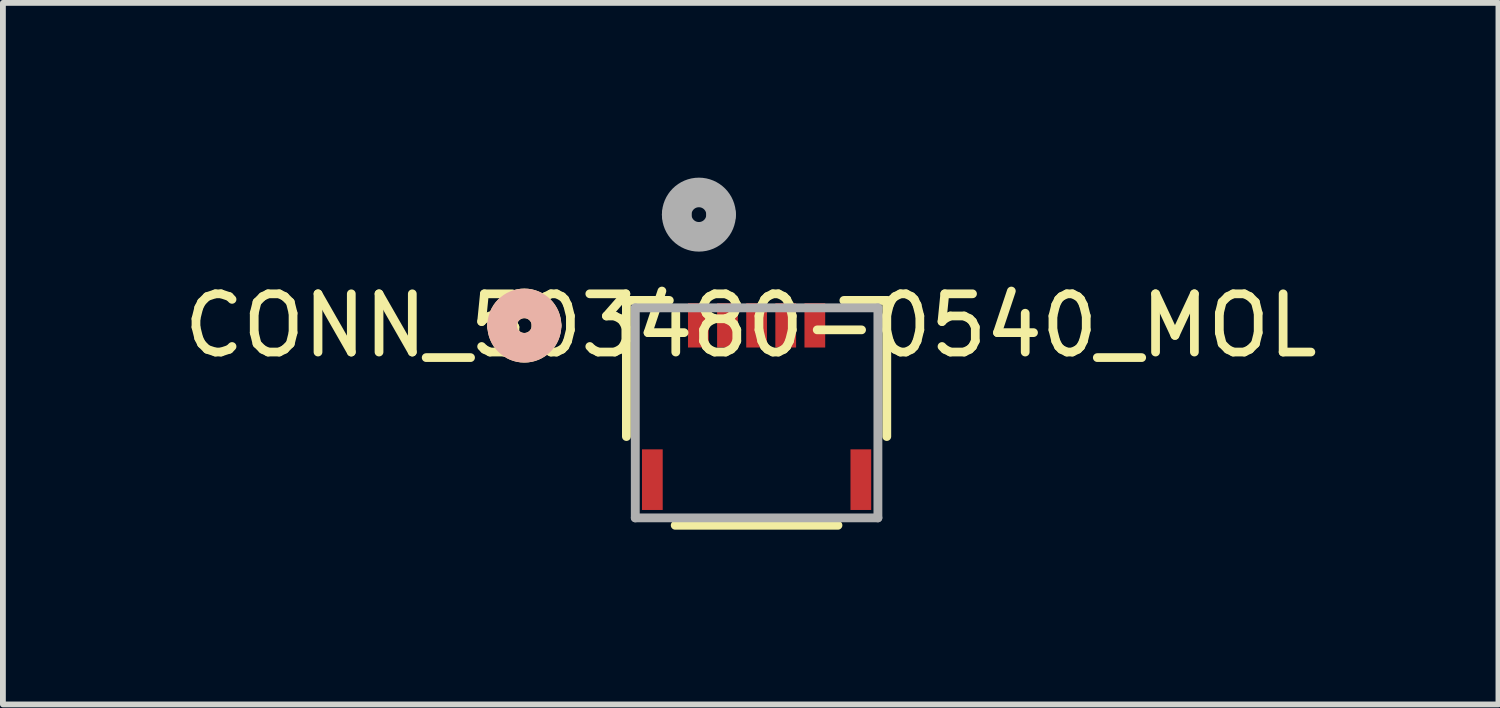
<source format=kicad_pcb>
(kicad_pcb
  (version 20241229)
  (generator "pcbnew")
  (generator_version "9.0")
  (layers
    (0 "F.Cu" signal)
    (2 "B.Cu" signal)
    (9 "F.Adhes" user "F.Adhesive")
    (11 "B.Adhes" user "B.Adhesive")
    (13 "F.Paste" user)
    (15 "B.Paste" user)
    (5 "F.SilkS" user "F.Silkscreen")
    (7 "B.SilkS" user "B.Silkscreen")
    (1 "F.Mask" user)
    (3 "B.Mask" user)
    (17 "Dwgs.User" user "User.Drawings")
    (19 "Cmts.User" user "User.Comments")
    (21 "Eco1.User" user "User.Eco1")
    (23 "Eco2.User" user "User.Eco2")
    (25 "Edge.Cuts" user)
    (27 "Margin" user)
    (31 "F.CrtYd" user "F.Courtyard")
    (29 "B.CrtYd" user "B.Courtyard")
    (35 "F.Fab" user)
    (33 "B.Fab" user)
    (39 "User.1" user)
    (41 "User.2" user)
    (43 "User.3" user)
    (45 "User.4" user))
  (footprint "CONN_503480-0540_MOL"
    (layer "F.Cu")
    (at 9.941 4.039)
    (property "Reference" "CONN_503480-0540_MOL" (at -0.102 -1.499 0) (layer "F.SilkS") (effects (font (size 1 1) (thickness 0.15))))
    (attr smd)
    (fp_line (start -2.235 -1.93) (end -2.235 0.406) (stroke (width 0.152) (type solid)) (layer "F.SilkS"))
    (fp_line (start -1.499 -1.93) (end -2.235 -1.93) (stroke (width 0.152) (type solid)) (layer "F.SilkS"))
    (fp_line (start -1.397 1.93) (end 1.397 1.93) (stroke (width 0.152) (type solid)) (layer "F.SilkS"))
    (fp_line (start 2.235 -1.93) (end 1.499 -1.93) (stroke (width 0.152) (type solid)) (layer "F.SilkS"))
    (fp_line (start 2.235 0.406) (end 2.235 -1.93) (stroke (width 0.152) (type solid)) (layer "F.SilkS"))
    (fp_arc (start -4.3688 -1.4986) (mid -3.9878 -1.8796) (end -3.6068 -1.4986) (stroke (width 0.508) (type solid)) (layer "F.SilkS"))
    (fp_arc (start -3.6068 -1.4986) (mid -3.9878 -1.1176) (end -4.3688 -1.4986) (stroke (width 0.508) (type solid)) (layer "F.SilkS"))
    (fp_arc (start -4.3688 -1.4986) (mid -3.9878 -1.8796) (end -3.6068 -1.4986) (stroke (width 0.508) (type solid)) (layer "B.SilkS"))
    (fp_arc (start -3.6068 -1.4986) (mid -3.9878 -1.1176) (end -4.3688 -1.4986) (stroke (width 0.508) (type solid)) (layer "B.SilkS"))
    (fp_line (start -2.083 -1.803) (end -2.083 1.803) (stroke (width 0.152) (type solid)) (layer "F.Fab"))
    (fp_line (start -2.083 1.803) (end 2.083 1.803) (stroke (width 0.152) (type solid)) (layer "F.Fab"))
    (fp_line (start 2.083 -1.803) (end -2.083 -1.803) (stroke (width 0.152) (type solid)) (layer "F.Fab"))
    (fp_line (start 2.083 1.803) (end 2.083 -1.803) (stroke (width 0.152) (type solid)) (layer "F.Fab"))
    (fp_arc (start -1.3716 -3.4036) (mid -0.9906 -3.7846) (end -0.6096 -3.4036) (stroke (width 0.508) (type solid)) (layer "F.Fab"))
    (fp_arc (start -0.6096 -3.4036) (mid -0.9906 -3.0226) (end -1.3716 -3.4036) (stroke (width 0.508) (type solid)) (layer "F.Fab"))
    (pad "1" smd rect (at -1 -1.503) (size 0.356 0.762) (layers "F.Cu" "F.Mask" "F.Paste"))
    (pad "2" smd rect (at -0.5 -1.503) (size 0.356 0.762) (layers "F.Cu" "F.Mask" "F.Paste"))
    (pad "3" smd rect (at 0 -1.503) (size 0.356 0.762) (layers "F.Cu" "F.Mask" "F.Paste"))
    (pad "4" smd rect (at 0.5 -1.503) (size 0.356 0.762) (layers "F.Cu" "F.Mask" "F.Paste"))
    (pad "5" smd rect (at 1 -1.503) (size 0.356 0.762) (layers "F.Cu" "F.Mask" "F.Paste"))
    (pad "6" smd rect (at -1.79 1.147) (size 0.356 1.041) (layers "F.Cu" "F.Mask" "F.Paste"))
    (pad "7" smd rect (at 1.79 1.147) (size 0.356 1.041) (layers "F.Cu" "F.Mask" "F.Paste")))
  (gr_rect
    (start -3 -3)
    (end 22.679 9.045)
    (stroke (width 0.1) (type default))
    (fill no)
    (layer "Edge.Cuts")))
</source>
